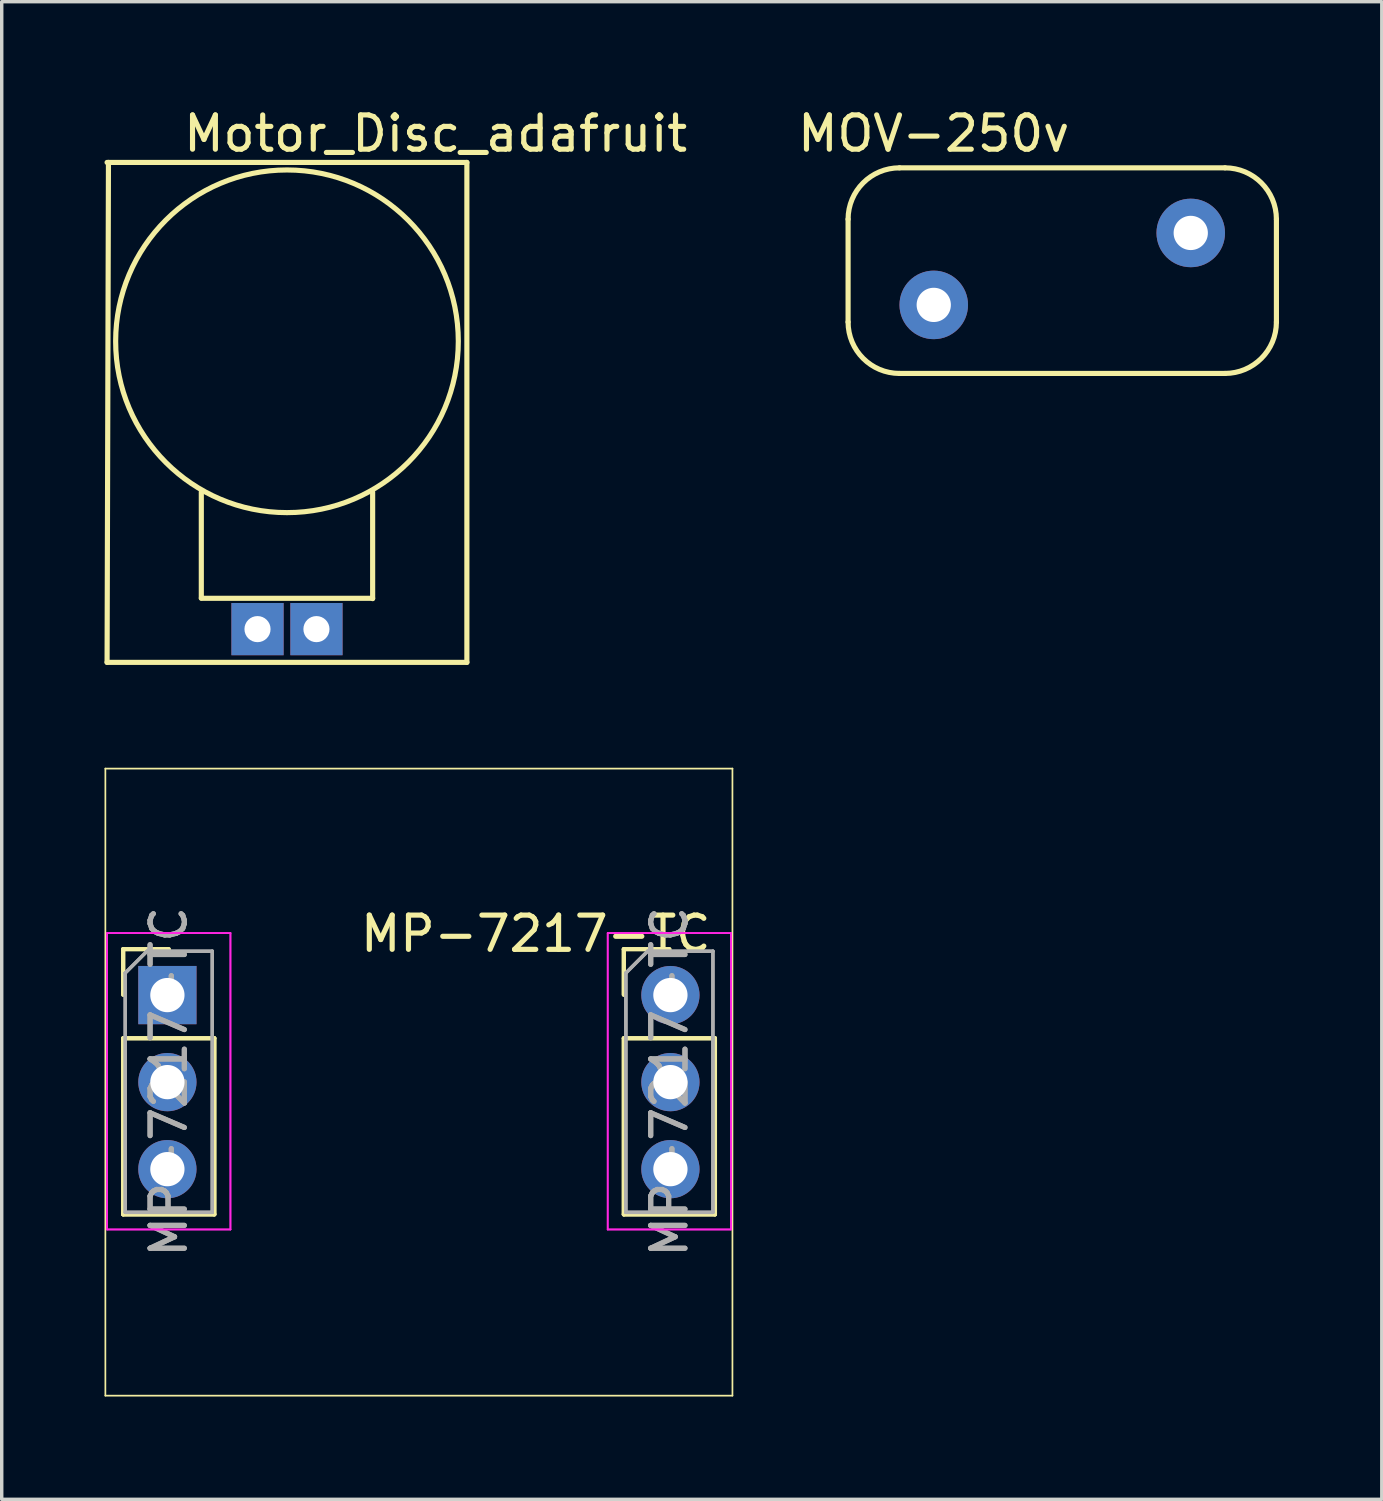
<source format=kicad_pcb>
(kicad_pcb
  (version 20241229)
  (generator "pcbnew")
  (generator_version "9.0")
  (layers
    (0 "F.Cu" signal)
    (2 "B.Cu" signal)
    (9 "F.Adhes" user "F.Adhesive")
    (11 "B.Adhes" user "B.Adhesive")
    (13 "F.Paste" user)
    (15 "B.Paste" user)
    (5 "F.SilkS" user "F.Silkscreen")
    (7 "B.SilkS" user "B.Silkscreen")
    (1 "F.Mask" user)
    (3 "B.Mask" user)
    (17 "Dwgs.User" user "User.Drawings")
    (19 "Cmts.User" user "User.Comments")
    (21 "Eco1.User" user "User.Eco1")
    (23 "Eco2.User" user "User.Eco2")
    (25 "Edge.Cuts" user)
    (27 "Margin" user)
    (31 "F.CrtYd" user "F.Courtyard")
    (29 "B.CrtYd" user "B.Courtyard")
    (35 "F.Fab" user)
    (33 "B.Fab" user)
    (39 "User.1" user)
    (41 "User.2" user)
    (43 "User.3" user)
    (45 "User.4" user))
  (footprint "Motor_Disc_adafruit"
    (layer "F.Cu")
    (at 5.325 6.91)
    (property "Reference" "Motor_Disc_adafruit" (at 4.339 -6.061 0) (layer "F.SilkS") (effects (font (size 1 1) (thickness 0.15))))
    (attr through_hole)
    (fp_line (start -5.25 9.37) (end 5.25 9.37) (stroke (width 0.15) (type solid)) (layer "F.SilkS"))
    (fp_line (start -5.21 -5.22) (end -5.25 9.37) (stroke (width 0.15) (type solid)) (layer "F.SilkS"))
    (fp_line (start -2.5 4.4) (end -2.5 7.49) (stroke (width 0.15) (type solid)) (layer "F.SilkS"))
    (fp_line (start -2.5 7.5) (end 2.5 7.5) (stroke (width 0.15) (type solid)) (layer "F.SilkS"))
    (fp_line (start 2.5 7.51) (end 2.5 4.4) (stroke (width 0.15) (type solid)) (layer "F.SilkS"))
    (fp_line (start 5.25 -5.22) (end -5.25 -5.22) (stroke (width 0.15) (type solid)) (layer "F.SilkS"))
    (fp_line (start 5.25 9.37) (end 5.25 -5.22) (stroke (width 0.15) (type solid)) (layer "F.SilkS"))
    (fp_circle (center 0 0) (end 0 -5) (stroke (width 0.15) (type solid)) (fill no) (layer "F.SilkS"))
    (pad "1" thru_hole rect (at 0.86 8.4) (size 1.524 1.524) (drill 0.762) (layers "*.Cu" "*.Mask"))
    (pad "2" thru_hole rect (at -0.86 8.4) (size 1.524 1.524) (drill 0.762) (layers "*.Cu" "*.Mask")))
  (footprint "MOV-250v"
    (layer "F.Cu")
    (at 24.2 5.848)
    (property "Reference" "MOV-250v" (at 0 -5 0) (layer "F.SilkS") (effects (font (size 1 1) (thickness 0.15))))
    (attr through_hole)
    (fp_line (start -2.5 -2.5) (end -2.5 0.5) (stroke (width 0.15) (type solid)) (layer "F.SilkS"))
    (fp_line (start -1 2) (end 8.5 2) (stroke (width 0.15) (type solid)) (layer "F.SilkS"))
    (fp_line (start 8.5 -4) (end -1 -4) (stroke (width 0.15) (type solid)) (layer "F.SilkS"))
    (fp_line (start 10 0.5) (end 10 -2.5) (stroke (width 0.15) (type solid)) (layer "F.SilkS"))
    (fp_arc (start -2.5 -2.5) (mid -2.06066 -3.56066) (end -1 -4) (stroke (width 0.15) (type solid)) (layer "F.SilkS"))
    (fp_arc (start -1 2) (mid -2.06066 1.56066) (end -2.5 0.5) (stroke (width 0.15) (type solid)) (layer "F.SilkS"))
    (fp_arc (start 8.5 -4) (mid 9.56066 -3.56066) (end 10 -2.5) (stroke (width 0.15) (type solid)) (layer "F.SilkS"))
    (fp_arc (start 10 0.5) (mid 9.56066 1.56066) (end 8.5 2) (stroke (width 0.15) (type solid)) (layer "F.SilkS"))
    (pad "1" thru_hole circle (at 0 0) (size 2 2) (drill 1) (layers "*.Cu" "*.Mask"))
    (pad "2" thru_hole circle (at 7.5 -2.1) (size 2 2) (drill 1) (layers "*.Cu" "*.Mask")))
  (footprint "MP-7217-TC"
    (layer "F.Cu")
    (at 9.175 28.53)
    (property "Reference" "MP-7217-TC" (at 3.41 -4.33 0) (layer "F.SilkS") (effects (font (size 1 1) (thickness 0.15))))
    (attr through_hole)
    (fp_line (start -9.15 -9.15) (end -9.15 9.15) (stroke (width 0.05) (type solid)) (layer "F.SilkS"))
    (fp_line (start -9.15 9.15) (end 9.15 9.15) (stroke (width 0.05) (type solid)) (layer "F.SilkS"))
    (fp_line (start -8.63 -3.88) (end -7.3 -3.88) (stroke (width 0.12) (type solid)) (layer "F.SilkS"))
    (fp_line (start -8.63 -3.88) (end -7.3 -3.88) (stroke (width 0.12) (type solid)) (layer "F.SilkS"))
    (fp_line (start -8.63 -2.55) (end -8.63 -3.88) (stroke (width 0.12) (type solid)) (layer "F.SilkS"))
    (fp_line (start -8.63 -2.55) (end -8.63 -3.88) (stroke (width 0.12) (type solid)) (layer "F.SilkS"))
    (fp_line (start -8.63 -1.28) (end -8.63 3.86) (stroke (width 0.12) (type solid)) (layer "F.SilkS"))
    (fp_line (start -8.63 -1.28) (end -8.63 3.86) (stroke (width 0.12) (type solid)) (layer "F.SilkS"))
    (fp_line (start -8.63 -1.28) (end -5.97 -1.28) (stroke (width 0.12) (type solid)) (layer "F.SilkS"))
    (fp_line (start -8.63 -1.28) (end -5.97 -1.28) (stroke (width 0.12) (type solid)) (layer "F.SilkS"))
    (fp_line (start -8.63 3.86) (end -5.97 3.86) (stroke (width 0.12) (type solid)) (layer "F.SilkS"))
    (fp_line (start -8.63 3.86) (end -5.97 3.86) (stroke (width 0.12) (type solid)) (layer "F.SilkS"))
    (fp_line (start -5.97 -1.28) (end -5.97 3.86) (stroke (width 0.12) (type solid)) (layer "F.SilkS"))
    (fp_line (start -5.97 -1.28) (end -5.97 3.86) (stroke (width 0.12) (type solid)) (layer "F.SilkS"))
    (fp_line (start 5.98 -3.88) (end 7.31 -3.88) (stroke (width 0.12) (type solid)) (layer "F.SilkS"))
    (fp_line (start 5.98 -3.88) (end 7.31 -3.88) (stroke (width 0.12) (type solid)) (layer "F.SilkS"))
    (fp_line (start 5.98 -2.55) (end 5.98 -3.88) (stroke (width 0.12) (type solid)) (layer "F.SilkS"))
    (fp_line (start 5.98 -2.55) (end 5.98 -3.88) (stroke (width 0.12) (type solid)) (layer "F.SilkS"))
    (fp_line (start 5.98 -1.28) (end 5.98 3.86) (stroke (width 0.12) (type solid)) (layer "F.SilkS"))
    (fp_line (start 5.98 -1.28) (end 5.98 3.86) (stroke (width 0.12) (type solid)) (layer "F.SilkS"))
    (fp_line (start 5.98 -1.28) (end 8.64 -1.28) (stroke (width 0.12) (type solid)) (layer "F.SilkS"))
    (fp_line (start 5.98 -1.28) (end 8.64 -1.28) (stroke (width 0.12) (type solid)) (layer "F.SilkS"))
    (fp_line (start 5.98 3.86) (end 8.64 3.86) (stroke (width 0.12) (type solid)) (layer "F.SilkS"))
    (fp_line (start 5.98 3.86) (end 8.64 3.86) (stroke (width 0.12) (type solid)) (layer "F.SilkS"))
    (fp_line (start 8.64 -1.28) (end 8.64 3.86) (stroke (width 0.12) (type solid)) (layer "F.SilkS"))
    (fp_line (start 8.64 -1.28) (end 8.64 3.86) (stroke (width 0.12) (type solid)) (layer "F.SilkS"))
    (fp_line (start 9.15 -9.15) (end -9.15 -9.15) (stroke (width 0.05) (type solid)) (layer "F.SilkS"))
    (fp_line (start 9.15 9.15) (end 9.15 -9.15) (stroke (width 0.05) (type solid)) (layer "F.SilkS"))
    (fp_line (start -9.1 -4.35) (end -9.1 4.3) (stroke (width 0.05) (type solid)) (layer "F.CrtYd"))
    (fp_line (start -9.1 -4.35) (end -9.1 4.3) (stroke (width 0.05) (type solid)) (layer "F.CrtYd"))
    (fp_line (start -9.1 4.3) (end -5.5 4.3) (stroke (width 0.05) (type solid)) (layer "F.CrtYd"))
    (fp_line (start -9.1 4.3) (end -5.5 4.3) (stroke (width 0.05) (type solid)) (layer "F.CrtYd"))
    (fp_line (start -5.5 -4.35) (end -9.1 -4.35) (stroke (width 0.05) (type solid)) (layer "F.CrtYd"))
    (fp_line (start -5.5 -4.35) (end -9.1 -4.35) (stroke (width 0.05) (type solid)) (layer "F.CrtYd"))
    (fp_line (start -5.5 4.3) (end -5.5 -4.35) (stroke (width 0.05) (type solid)) (layer "F.CrtYd"))
    (fp_line (start -5.5 4.3) (end -5.5 -4.35) (stroke (width 0.05) (type solid)) (layer "F.CrtYd"))
    (fp_line (start 5.51 -4.35) (end 5.51 4.3) (stroke (width 0.05) (type solid)) (layer "F.CrtYd"))
    (fp_line (start 5.51 -4.35) (end 5.51 4.3) (stroke (width 0.05) (type solid)) (layer "F.CrtYd"))
    (fp_line (start 5.51 4.3) (end 9.11 4.3) (stroke (width 0.05) (type solid)) (layer "F.CrtYd"))
    (fp_line (start 5.51 4.3) (end 9.11 4.3) (stroke (width 0.05) (type solid)) (layer "F.CrtYd"))
    (fp_line (start 9.11 -4.35) (end 5.51 -4.35) (stroke (width 0.05) (type solid)) (layer "F.CrtYd"))
    (fp_line (start 9.11 -4.35) (end 5.51 -4.35) (stroke (width 0.05) (type solid)) (layer "F.CrtYd"))
    (fp_line (start 9.11 4.3) (end 9.11 -4.35) (stroke (width 0.05) (type solid)) (layer "F.CrtYd"))
    (fp_line (start 9.11 4.3) (end 9.11 -4.35) (stroke (width 0.05) (type solid)) (layer "F.CrtYd"))
    (fp_line (start -8.57 -3.185) (end -7.935 -3.82) (stroke (width 0.1) (type solid)) (layer "F.Fab"))
    (fp_line (start -8.57 -3.185) (end -7.935 -3.82) (stroke (width 0.1) (type solid)) (layer "F.Fab"))
    (fp_line (start -8.57 3.8) (end -8.57 -3.185) (stroke (width 0.1) (type solid)) (layer "F.Fab"))
    (fp_line (start -8.57 3.8) (end -8.57 -3.185) (stroke (width 0.1) (type solid)) (layer "F.Fab"))
    (fp_line (start -7.935 -3.82) (end -6.03 -3.82) (stroke (width 0.1) (type solid)) (layer "F.Fab"))
    (fp_line (start -7.935 -3.82) (end -6.03 -3.82) (stroke (width 0.1) (type solid)) (layer "F.Fab"))
    (fp_line (start -6.03 -3.82) (end -6.03 3.8) (stroke (width 0.1) (type solid)) (layer "F.Fab"))
    (fp_line (start -6.03 -3.82) (end -6.03 3.8) (stroke (width 0.1) (type solid)) (layer "F.Fab"))
    (fp_line (start -6.03 3.8) (end -8.57 3.8) (stroke (width 0.1) (type solid)) (layer "F.Fab"))
    (fp_line (start -6.03 3.8) (end -8.57 3.8) (stroke (width 0.1) (type solid)) (layer "F.Fab"))
    (fp_line (start 6.04 -3.185) (end 6.675 -3.82) (stroke (width 0.1) (type solid)) (layer "F.Fab"))
    (fp_line (start 6.04 -3.185) (end 6.675 -3.82) (stroke (width 0.1) (type solid)) (layer "F.Fab"))
    (fp_line (start 6.04 3.8) (end 6.04 -3.185) (stroke (width 0.1) (type solid)) (layer "F.Fab"))
    (fp_line (start 6.04 3.8) (end 6.04 -3.185) (stroke (width 0.1) (type solid)) (layer "F.Fab"))
    (fp_line (start 6.675 -3.82) (end 8.58 -3.82) (stroke (width 0.1) (type solid)) (layer "F.Fab"))
    (fp_line (start 6.675 -3.82) (end 8.58 -3.82) (stroke (width 0.1) (type solid)) (layer "F.Fab"))
    (fp_line (start 8.58 -3.82) (end 8.58 3.8) (stroke (width 0.1) (type solid)) (layer "F.Fab"))
    (fp_line (start 8.58 -3.82) (end 8.58 3.8) (stroke (width 0.1) (type solid)) (layer "F.Fab"))
    (fp_line (start 8.58 3.8) (end 6.04 3.8) (stroke (width 0.1) (type solid)) (layer "F.Fab"))
    (fp_line (start 8.58 3.8) (end 6.04 3.8) (stroke (width 0.1) (type solid)) (layer "F.Fab"))
    (fp_text user "${REFERENCE}" (at -7.3 -0.01 90) (layer "F.Fab") (effects (font (size 1 1) (thickness 0.15))))
    (fp_text user "${REFERENCE}" (at 7.31 -0.01 90) (layer "F.Fab") (effects (font (size 1 1) (thickness 0.15))))
    (fp_text user "${REFERENCE}" (at -7.3 -0.01 90) (layer "F.Fab") (effects (font (size 1 1) (thickness 0.15))))
    (fp_text user "${REFERENCE}" (at 7.31 -0.01 90) (layer "F.Fab") (effects (font (size 1 1) (thickness 0.15))))
    (pad "1" thru_hole rect (at -7.34 -2.54) (size 1.7 1.7) (drill 1) (layers "*.Cu" "*.Mask"))
    (pad "2" thru_hole oval (at -7.34 0) (size 1.7 1.7) (drill 1) (layers "*.Cu" "*.Mask"))
    (pad "3" thru_hole oval (at -7.34 2.54) (size 1.7 1.7) (drill 1) (layers "*.Cu" "*.Mask"))
    (pad "4" thru_hole oval (at 7.34 2.54) (size 1.7 1.7) (drill 1) (layers "*.Cu" "*.Mask"))
    (pad "5" thru_hole oval (at 7.34 0) (size 1.7 1.7) (drill 1) (layers "*.Cu" "*.Mask"))
    (pad "6" thru_hole circle (at 7.34 -2.54) (size 1.7 1.7) (drill 1) (layers "*.Cu" "*.Mask")))
  (gr_rect
    (start -3 -3)
    (end 37.275 40.705)
    (stroke (width 0.1) (type default))
    (fill no)
    (layer "Edge.Cuts")))
</source>
